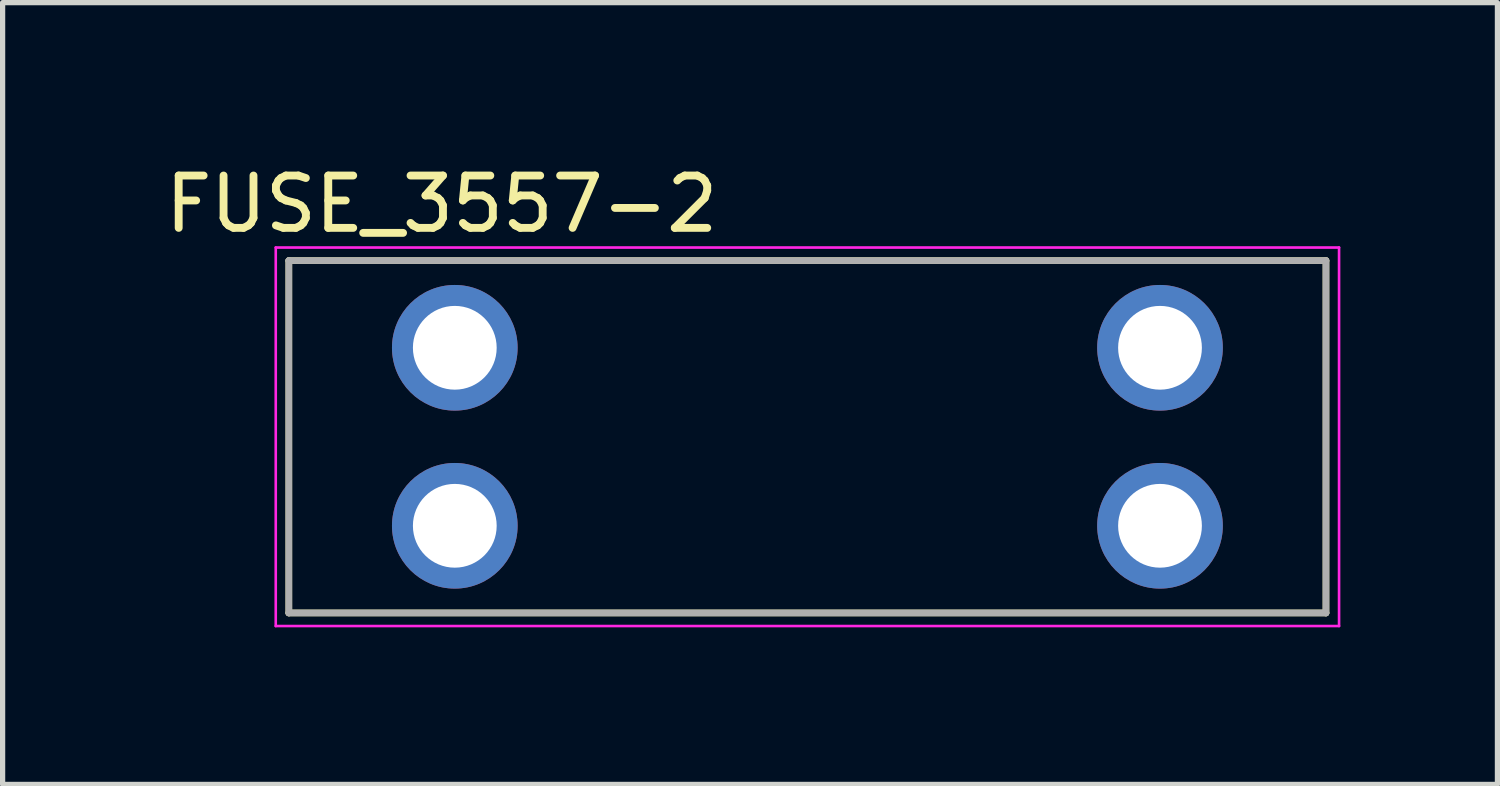
<source format=kicad_pcb>
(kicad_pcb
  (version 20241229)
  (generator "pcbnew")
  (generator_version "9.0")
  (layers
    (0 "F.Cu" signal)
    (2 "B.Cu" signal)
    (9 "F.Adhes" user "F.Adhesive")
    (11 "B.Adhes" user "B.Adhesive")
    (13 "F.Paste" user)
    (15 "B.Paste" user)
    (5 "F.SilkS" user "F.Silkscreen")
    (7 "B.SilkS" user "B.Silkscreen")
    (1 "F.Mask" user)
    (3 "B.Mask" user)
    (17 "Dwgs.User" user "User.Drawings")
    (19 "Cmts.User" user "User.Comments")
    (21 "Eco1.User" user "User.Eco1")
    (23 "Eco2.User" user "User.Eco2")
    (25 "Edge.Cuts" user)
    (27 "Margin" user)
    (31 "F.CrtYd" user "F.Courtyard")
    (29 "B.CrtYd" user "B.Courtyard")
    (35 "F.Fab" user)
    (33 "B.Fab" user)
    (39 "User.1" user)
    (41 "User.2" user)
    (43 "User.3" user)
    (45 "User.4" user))
  (footprint "FUSE_3557-2"
    (layer "F.Cu")
    (at 12.372 5.293)
    (property "Reference" "FUSE_3557-2" (at -6.985 -4.445 0) (layer "F.SilkS") (effects (font (size 1 1) (thickness 0.15))))
    (attr through_hole)
    (fp_line (start -9.905 -3.365) (end -9.905 3.365) (stroke (width 0.127) (type solid)) (layer "F.SilkS"))
    (fp_line (start -9.905 3.365) (end 9.905 3.365) (stroke (width 0.127) (type solid)) (layer "F.SilkS"))
    (fp_line (start 9.905 -3.365) (end -9.905 -3.365) (stroke (width 0.127) (type solid)) (layer "F.SilkS"))
    (fp_line (start 9.905 3.365) (end 9.905 -3.365) (stroke (width 0.127) (type solid)) (layer "F.SilkS"))
    (fp_line (start -10.155 -3.615) (end 10.155 -3.615) (stroke (width 0.05) (type solid)) (layer "F.CrtYd"))
    (fp_line (start -10.155 3.615) (end -10.155 -3.615) (stroke (width 0.05) (type solid)) (layer "F.CrtYd"))
    (fp_line (start 10.155 -3.615) (end 10.155 3.615) (stroke (width 0.05) (type solid)) (layer "F.CrtYd"))
    (fp_line (start 10.155 3.615) (end -10.155 3.615) (stroke (width 0.05) (type solid)) (layer "F.CrtYd"))
    (fp_line (start -9.905 -3.365) (end -9.905 3.365) (stroke (width 0.127) (type solid)) (layer "F.Fab"))
    (fp_line (start -9.905 3.365) (end 9.905 3.365) (stroke (width 0.127) (type solid)) (layer "F.Fab"))
    (fp_line (start 9.905 -3.365) (end -9.905 -3.365) (stroke (width 0.127) (type solid)) (layer "F.Fab"))
    (fp_line (start 9.905 3.365) (end 9.905 -3.365) (stroke (width 0.127) (type solid)) (layer "F.Fab"))
    (pad "1_1" thru_hole circle (at -6.735 -1.7) (size 2.4 2.4) (drill 1.6) (layers "*.Cu" "*.Mask"))
    (pad "1_2" thru_hole circle (at -6.735 1.7) (size 2.4 2.4) (drill 1.6) (layers "*.Cu" "*.Mask"))
    (pad "2_1" thru_hole circle (at 6.735 -1.7) (size 2.4 2.4) (drill 1.6) (layers "*.Cu" "*.Mask"))
    (pad "2_2" thru_hole circle (at 6.735 1.7) (size 2.4 2.4) (drill 1.6) (layers "*.Cu" "*.Mask")))
  (gr_rect
    (start -3 -3)
    (end 25.552 11.933)
    (stroke (width 0.1) (type default))
    (fill no)
    (layer "Edge.Cuts")))
</source>
